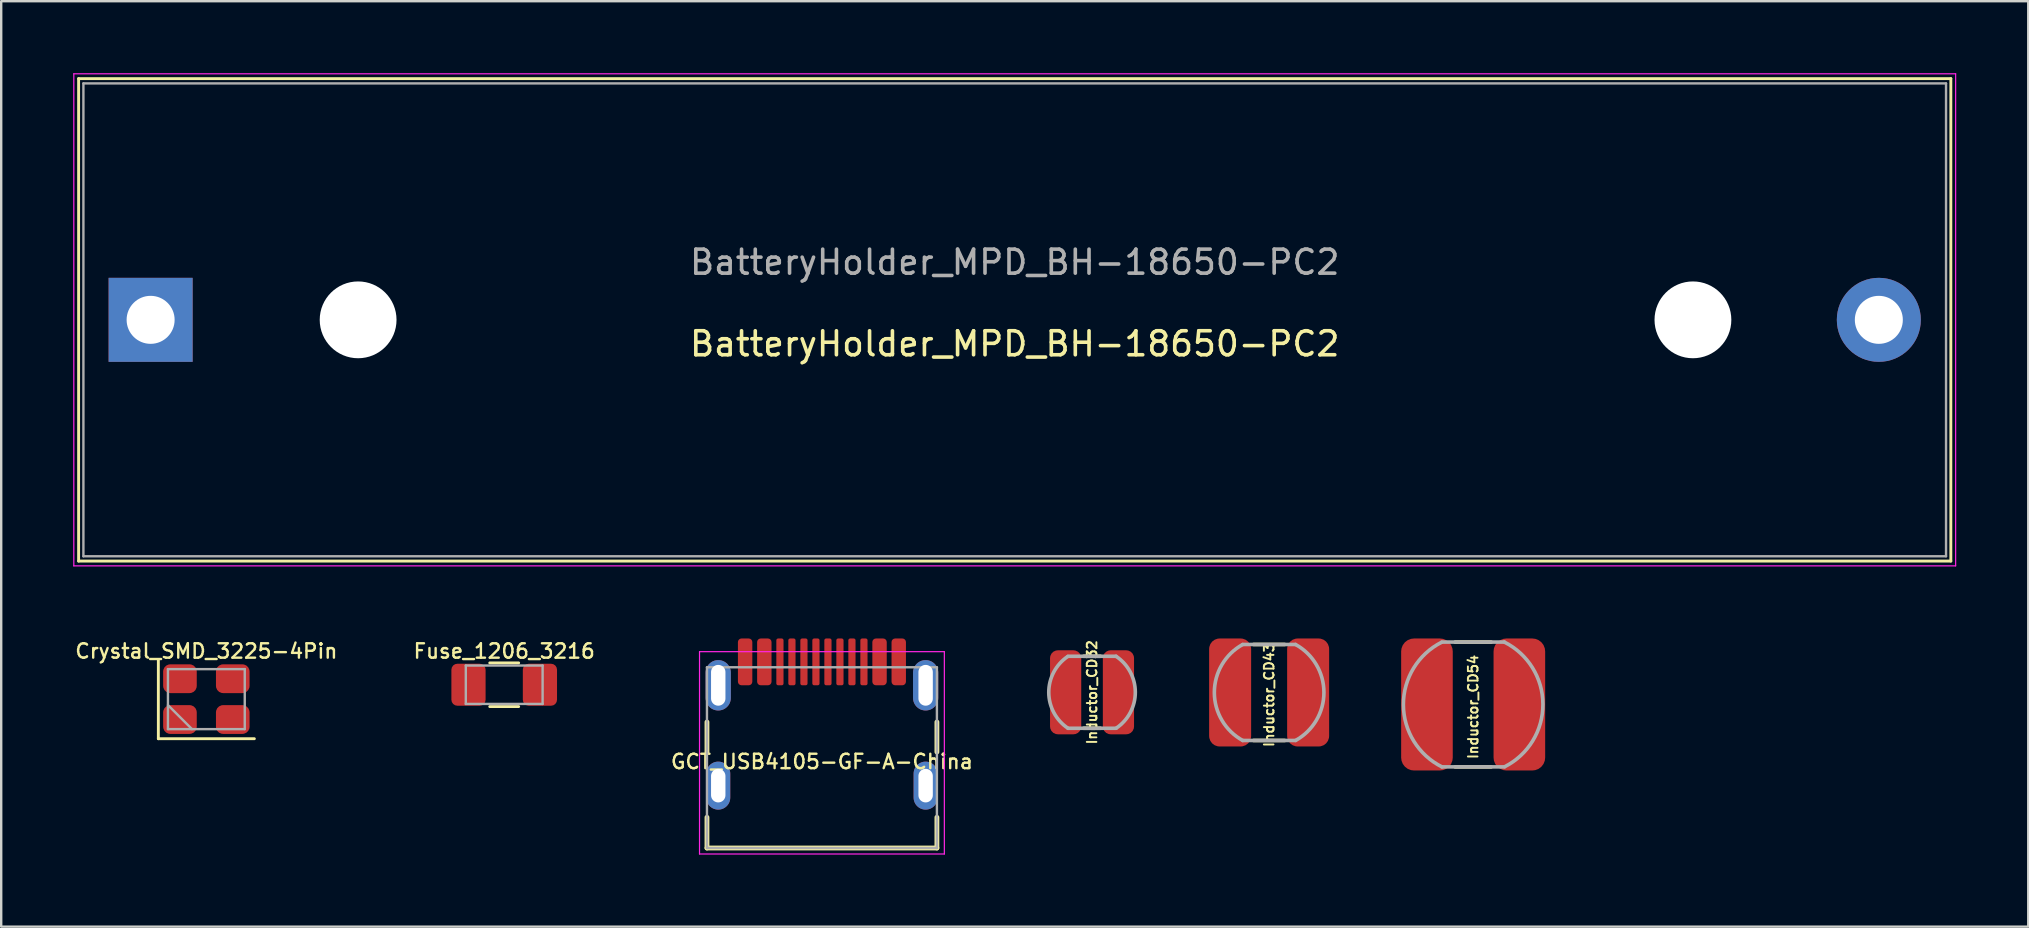
<source format=kicad_pcb>
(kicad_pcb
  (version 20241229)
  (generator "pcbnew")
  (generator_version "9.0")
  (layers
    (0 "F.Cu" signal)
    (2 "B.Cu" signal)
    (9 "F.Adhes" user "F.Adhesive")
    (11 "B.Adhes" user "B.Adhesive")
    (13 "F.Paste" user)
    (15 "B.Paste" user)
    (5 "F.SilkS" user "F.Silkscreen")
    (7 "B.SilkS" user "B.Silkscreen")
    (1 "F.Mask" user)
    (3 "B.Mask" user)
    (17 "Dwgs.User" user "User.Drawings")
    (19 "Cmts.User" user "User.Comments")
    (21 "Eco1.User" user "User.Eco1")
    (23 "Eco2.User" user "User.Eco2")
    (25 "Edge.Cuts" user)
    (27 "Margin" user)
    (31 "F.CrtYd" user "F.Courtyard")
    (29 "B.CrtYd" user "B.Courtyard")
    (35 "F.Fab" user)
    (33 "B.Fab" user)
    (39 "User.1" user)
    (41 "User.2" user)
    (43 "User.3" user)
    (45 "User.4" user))
  (footprint "BatteryHolder_MPD_BH-18650-PC2"
    (layer "F.Cu")
    (at 3.225 10.275)
    (property "Reference" "BatteryHolder_MPD_BH-18650-PC2" (at 36 1 0) (layer "F.SilkS") (effects (font (size 1 1) (thickness 0.15))))
    (attr through_hole)
    (fp_line (start -3 -10.05) (end 75 -10.05) (stroke (width 0.12) (type solid)) (layer "F.SilkS"))
    (fp_line (start -3 10.05) (end -3 -10.05) (stroke (width 0.12) (type solid)) (layer "F.SilkS"))
    (fp_line (start 75 -10.05) (end 75 10.05) (stroke (width 0.12) (type solid)) (layer "F.SilkS"))
    (fp_line (start 75 10.05) (end -3 10.05) (stroke (width 0.12) (type solid)) (layer "F.SilkS"))
    (fp_line (start -3.2 -10.25) (end 75.2 -10.25) (stroke (width 0.05) (type solid)) (layer "F.CrtYd"))
    (fp_line (start -3.2 10.25) (end -3.2 -10.25) (stroke (width 0.05) (type solid)) (layer "F.CrtYd"))
    (fp_line (start 75.2 -10.25) (end 75.2 10.25) (stroke (width 0.05) (type solid)) (layer "F.CrtYd"))
    (fp_line (start 75.2 10.25) (end -3.2 10.25) (stroke (width 0.05) (type solid)) (layer "F.CrtYd"))
    (fp_line (start -2.8 -9.85) (end 74.8 -9.85) (stroke (width 0.1) (type solid)) (layer "F.Fab"))
    (fp_line (start -2.8 9.85) (end -2.8 -9.85) (stroke (width 0.1) (type solid)) (layer "F.Fab"))
    (fp_line (start 74.8 -9.85) (end 74.8 9.85) (stroke (width 0.1) (type solid)) (layer "F.Fab"))
    (fp_line (start 74.8 9.85) (end -2.8 9.85) (stroke (width 0.1) (type solid)) (layer "F.Fab"))
    (fp_text user "${REFERENCE}" (at 36 -2.4 0) (layer "F.Fab") (effects (font (size 1 1) (thickness 0.15))))
    (pad "" np_thru_hole circle (at 8.645 0) (size 3.2 3.2) (drill 3.2) (layers "*.Cu" "*.Mask"))
    (pad "" np_thru_hole circle (at 64.255 0) (size 3.2 3.2) (drill 3.2) (layers "*.Cu" "*.Mask"))
    (pad "1" thru_hole rect (at 0 0) (size 3.5 3.5) (drill 2) (layers "*.Cu" "*.Mask"))
    (pad "2" thru_hole circle (at 72 0) (size 3.5 3.5) (drill 2) (layers "*.Cu" "*.Mask")))
  (footprint "Inductor_CD32"
    (layer "F.Cu")
    (at 42.446 25.792)
    (property "Reference" "Inductor_CD32" (at 0 0 270) (layer "F.SilkS") (effects (font (size 0.4 0.4) (thickness 0.08))))
    (attr smd)
    (fp_line (start -0.35 -1.5) (end 0.35 -1.5) (stroke (width 0.15) (type solid)) (layer "F.SilkS"))
    (fp_line (start -0.35 1.5) (end 0.35 1.5) (stroke (width 0.15) (type solid)) (layer "F.SilkS"))
    (fp_line (start -1 1.5) (end 1 1.5) (stroke (width 0.15) (type solid)) (layer "F.Fab"))
    (fp_line (start 1 -1.5) (end -1 -1.5) (stroke (width 0.15) (type solid)) (layer "F.Fab"))
    (fp_arc (start -1 1.5) (mid -1.802749 0.009752) (end -1.016169 -1.489094) (stroke (width 0.15) (type solid)) (layer "F.Fab"))
    (fp_arc (start 1 -1.5) (mid 1.802749 -0.009752) (end 1.016169 1.489094) (stroke (width 0.15) (type solid)) (layer "F.Fab"))
    (pad "1" smd roundrect (at -1.1 0 90) (size 3.5 1.3) (layers "F.Cu" "F.Mask" "F.Paste") (roundrect_rratio 0.25))
    (pad "2" smd roundrect (at 1.1 0 90) (size 3.5 1.3) (layers "F.Cu" "F.Mask" "F.Paste") (roundrect_rratio 0.25)))
  (footprint "GCT_USB4105-GF-A-China"
    (layer "F.Cu")
    (at 31.193 28.68)
    (property "Reference" "GCT_USB4105-GF-A-China" (at 0 0 0) (layer "F.SilkS") (effects (font (size 0.6 0.6) (thickness 0.1))))
    (attr smd)
    (fp_line (start -4.79 -1.65) (end -4.79 -0.4) (stroke (width 0.2) (type solid)) (layer "F.SilkS"))
    (fp_line (start -4.79 2.32) (end -4.79 3.6) (stroke (width 0.2) (type solid)) (layer "F.SilkS"))
    (fp_line (start -4.79 3.6) (end 4.79 3.6) (stroke (width 0.2) (type solid)) (layer "F.SilkS"))
    (fp_line (start 4.79 -1.65) (end 4.79 -0.4) (stroke (width 0.2) (type solid)) (layer "F.SilkS"))
    (fp_line (start 4.79 3.6) (end 4.79 2.32) (stroke (width 0.2) (type solid)) (layer "F.SilkS"))
    (fp_line (start -5.1 -4.58) (end -5.1 3.85) (stroke (width 0.05) (type solid)) (layer "F.CrtYd"))
    (fp_line (start -5.1 3.85) (end 5.1 3.85) (stroke (width 0.05) (type solid)) (layer "F.CrtYd"))
    (fp_line (start 5.1 -4.58) (end -5.1 -4.58) (stroke (width 0.05) (type solid)) (layer "F.CrtYd"))
    (fp_line (start 5.1 3.85) (end 5.1 -4.58) (stroke (width 0.05) (type solid)) (layer "F.CrtYd"))
    (fp_line (start -4.79 -3.93) (end 4.79 -3.93) (stroke (width 0.1) (type solid)) (layer "F.Fab"))
    (fp_line (start -4.79 3.6) (end -4.79 -3.93) (stroke (width 0.1) (type solid)) (layer "F.Fab"))
    (fp_line (start 4.79 -3.93) (end 4.79 3.6) (stroke (width 0.1) (type solid)) (layer "F.Fab"))
    (fp_line (start 4.79 3.6) (end -4.79 3.6) (stroke (width 0.1) (type solid)) (layer "F.Fab"))
    (pad "A1/B12" smd roundrect (at -3.2 -4.155) (size 0.6 1.95) (layers "F.Cu" "F.Mask" "F.Paste") (roundrect_rratio 0.25))
    (pad "A4/B9" smd roundrect (at -2.4 -4.155) (size 0.6 1.95) (layers "F.Cu" "F.Mask" "F.Paste") (roundrect_rratio 0.25))
    (pad "A5" smd roundrect (at -1.25 -4.155) (size 0.3 1.95) (layers "F.Cu" "F.Mask" "F.Paste") (roundrect_rratio 0.25))
    (pad "A6" smd roundrect (at -0.25 -4.155) (size 0.3 1.95) (layers "F.Cu" "F.Mask" "F.Paste") (roundrect_rratio 0.25))
    (pad "A7" smd roundrect (at 0.25 -4.155) (size 0.3 1.95) (layers "F.Cu" "F.Mask" "F.Paste") (roundrect_rratio 0.25))
    (pad "A8" smd roundrect (at 1.25 -4.155) (size 0.3 1.95) (layers "F.Cu" "F.Mask" "F.Paste") (roundrect_rratio 0.25))
    (pad "B1/A12" smd roundrect (at 3.2 -4.155) (size 0.6 1.95) (layers "F.Cu" "F.Mask" "F.Paste") (roundrect_rratio 0.25))
    (pad "B4/A9" smd roundrect (at 2.4 -4.155) (size 0.6 1.95) (layers "F.Cu" "F.Mask" "F.Paste") (roundrect_rratio 0.25))
    (pad "B5" smd roundrect (at 1.75 -4.155) (size 0.3 1.95) (layers "F.Cu" "F.Mask" "F.Paste") (roundrect_rratio 0.25))
    (pad "B6" smd roundrect (at 0.75 -4.155) (size 0.3 1.95) (layers "F.Cu" "F.Mask" "F.Paste") (roundrect_rratio 0.25))
    (pad "B7" smd roundrect (at -0.75 -4.155) (size 0.3 1.95) (layers "F.Cu" "F.Mask" "F.Paste") (roundrect_rratio 0.25))
    (pad "B8" smd roundrect (at -1.75 -4.155) (size 0.3 1.95) (layers "F.Cu" "F.Mask" "F.Paste") (roundrect_rratio 0.25))
    (pad "G1" thru_hole oval (at -4.32 1) (size 1 2) (drill oval 0.6 1.4) (layers "*.Cu" "*.Mask"))
    (pad "G2" thru_hole oval (at 4.32 1) (size 1 2) (drill oval 0.6 1.4) (layers "*.Cu" "*.Mask"))
    (pad "G3" thru_hole oval (at -4.32 -3.18) (size 1.05 2.1) (drill oval 0.6 1.7) (layers "*.Cu" "*.Mask"))
    (pad "G4" thru_hole oval (at 4.32 -3.18) (size 1.05 2.1) (drill oval 0.6 1.7) (layers "*.Cu" "*.Mask")))
  (footprint "Crystal_SMD_3225-4Pin"
    (layer "F.Cu")
    (at 5.547 26.076)
    (property "Reference" "Crystal_SMD_3225-4Pin" (at 0 -2 0) (layer "F.SilkS") (effects (font (size 0.6 0.6) (thickness 0.1))))
    (attr smd)
    (fp_line (start -2 -1.65) (end -2 1.65) (stroke (width 0.12) (type solid)) (layer "F.SilkS"))
    (fp_line (start -2 1.65) (end 2 1.65) (stroke (width 0.12) (type solid)) (layer "F.SilkS"))
    (fp_line (start -1.6 -1.25) (end -1.6 1.25) (stroke (width 0.1) (type solid)) (layer "F.Fab"))
    (fp_line (start -1.6 0.25) (end -0.6 1.25) (stroke (width 0.1) (type solid)) (layer "F.Fab"))
    (fp_line (start -1.6 1.25) (end 1.6 1.25) (stroke (width 0.1) (type solid)) (layer "F.Fab"))
    (fp_line (start 1.6 -1.25) (end -1.6 -1.25) (stroke (width 0.1) (type solid)) (layer "F.Fab"))
    (fp_line (start 1.6 1.25) (end 1.6 -1.25) (stroke (width 0.1) (type solid)) (layer "F.Fab"))
    (pad "1" smd roundrect (at -1.1 0.85) (size 1.4 1.2) (layers "F.Cu" "F.Mask" "F.Paste") (roundrect_rratio 0.25))
    (pad "2" smd roundrect (at 1.1 0.85) (size 1.4 1.2) (layers "F.Cu" "F.Mask" "F.Paste") (roundrect_rratio 0.25))
    (pad "3" smd roundrect (at 1.1 -0.85) (size 1.4 1.2) (layers "F.Cu" "F.Mask" "F.Paste") (roundrect_rratio 0.25))
    (pad "4" smd roundrect (at -1.1 -0.85) (size 1.4 1.2) (layers "F.Cu" "F.Mask" "F.Paste") (roundrect_rratio 0.25)))
  (footprint "Inductor_CD54"
    (layer "F.Cu")
    (at 58.324 26.3)
    (property "Reference" "Inductor_CD54" (at 0 0.1 270) (layer "F.SilkS") (effects (font (size 0.4 0.4) (thickness 0.08))))
    (attr smd)
    (fp_line (start -0.75 -2.6) (end 0.75 -2.6) (stroke (width 0.15) (type solid)) (layer "F.SilkS"))
    (fp_line (start -0.75 2.6) (end 0.75 2.6) (stroke (width 0.15) (type solid)) (layer "F.SilkS"))
    (fp_line (start -1.3 -2.6) (end 1.3 -2.6) (stroke (width 0.15) (type solid)) (layer "F.Fab"))
    (fp_line (start -1.3 2.6) (end 1.3 2.6) (stroke (width 0.15) (type solid)) (layer "F.Fab"))
    (fp_arc (start -1.3 2.6) (mid -2.906873 0.009383) (end -1.316758 -2.591553) (stroke (width 0.15) (type solid)) (layer "F.Fab"))
    (fp_arc (start 1.3 -2.6) (mid 2.906873 -0.009383) (end 1.316758 2.591553) (stroke (width 0.15) (type solid)) (layer "F.Fab"))
    (pad "1" smd roundrect (at -1.925 0 90) (size 5.5 2.15) (layers "F.Cu" "F.Mask" "F.Paste") (roundrect_rratio 0.25))
    (pad "2" smd roundrect (at 1.925 0 90) (size 5.5 2.15) (layers "F.Cu" "F.Mask" "F.Paste") (roundrect_rratio 0.25)))
  (footprint "Inductor_CD43"
    (layer "F.Cu")
    (at 49.824 25.8)
    (property "Reference" "Inductor_CD43" (at 0 0.1 270) (layer "F.SilkS") (effects (font (size 0.4 0.4) (thickness 0.08))))
    (attr smd)
    (fp_line (start -0.65 -2) (end 0.65 -2) (stroke (width 0.15) (type solid)) (layer "F.SilkS"))
    (fp_line (start -0.65 2) (end 0.65 2) (stroke (width 0.15) (type solid)) (layer "F.SilkS"))
    (fp_line (start -1.1 -2) (end 1.1 -2) (stroke (width 0.15) (type solid)) (layer "F.Fab"))
    (fp_line (start -1.1 2) (end 1.1 2) (stroke (width 0.15) (type solid)) (layer "F.Fab"))
    (fp_arc (start -1.1 2) (mid -2.28254 0.003554) (end -1.106222 -1.996565) (stroke (width 0.15) (type solid)) (layer "F.Fab"))
    (fp_arc (start 1.1 -2) (mid 2.28254 -0.003554) (end 1.106222 1.996565) (stroke (width 0.15) (type solid)) (layer "F.Fab"))
    (pad "1" smd roundrect (at -1.625 0 90) (size 4.5 1.75) (layers "F.Cu" "F.Mask" "F.Paste") (roundrect_rratio 0.25))
    (pad "2" smd roundrect (at 1.625 0 90) (size 4.5 1.75) (layers "F.Cu" "F.Mask" "F.Paste") (roundrect_rratio 0.25)))
  (footprint "Fuse_1206_3216"
    (layer "F.Cu")
    (at 17.956 25.477)
    (property "Reference" "Fuse_1206_3216" (at 0 -1.4 0) (layer "F.SilkS") (effects (font (size 0.6 0.6) (thickness 0.1))))
    (attr smd)
    (fp_line (start -0.602 -0.91) (end 0.602 -0.91) (stroke (width 0.12) (type solid)) (layer "F.SilkS"))
    (fp_line (start -0.602 0.91) (end 0.602 0.91) (stroke (width 0.12) (type solid)) (layer "F.SilkS"))
    (fp_line (start -1.6 -0.8) (end 1.6 -0.8) (stroke (width 0.1) (type solid)) (layer "F.Fab"))
    (fp_line (start -1.6 0.8) (end -1.6 -0.8) (stroke (width 0.1) (type solid)) (layer "F.Fab"))
    (fp_line (start 1.6 -0.8) (end 1.6 0.8) (stroke (width 0.1) (type solid)) (layer "F.Fab"))
    (fp_line (start 1.6 0.8) (end -1.6 0.8) (stroke (width 0.1) (type solid)) (layer "F.Fab"))
    (pad "1" smd roundrect (at -1.488 0) (size 1.425 1.75) (layers "F.Cu" "F.Mask" "F.Paste") (roundrect_rratio 0.175))
    (pad "2" smd roundrect (at 1.488 0) (size 1.425 1.75) (layers "F.Cu" "F.Mask" "F.Paste") (roundrect_rratio 0.175)))
  (gr_rect
    (start -3 -3)
    (end 81.45 35.555)
    (stroke (width 0.1) (type default))
    (fill no)
    (layer "Edge.Cuts")))
</source>
